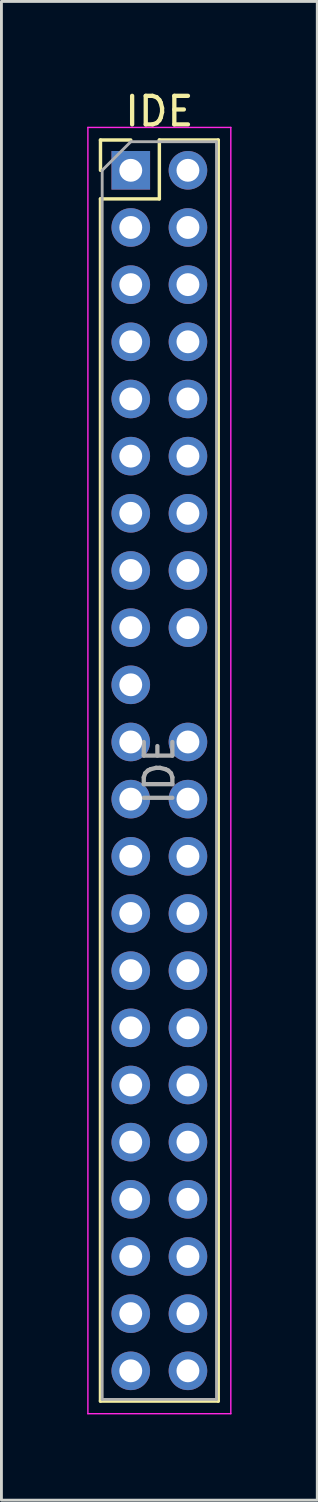
<source format=kicad_pcb>
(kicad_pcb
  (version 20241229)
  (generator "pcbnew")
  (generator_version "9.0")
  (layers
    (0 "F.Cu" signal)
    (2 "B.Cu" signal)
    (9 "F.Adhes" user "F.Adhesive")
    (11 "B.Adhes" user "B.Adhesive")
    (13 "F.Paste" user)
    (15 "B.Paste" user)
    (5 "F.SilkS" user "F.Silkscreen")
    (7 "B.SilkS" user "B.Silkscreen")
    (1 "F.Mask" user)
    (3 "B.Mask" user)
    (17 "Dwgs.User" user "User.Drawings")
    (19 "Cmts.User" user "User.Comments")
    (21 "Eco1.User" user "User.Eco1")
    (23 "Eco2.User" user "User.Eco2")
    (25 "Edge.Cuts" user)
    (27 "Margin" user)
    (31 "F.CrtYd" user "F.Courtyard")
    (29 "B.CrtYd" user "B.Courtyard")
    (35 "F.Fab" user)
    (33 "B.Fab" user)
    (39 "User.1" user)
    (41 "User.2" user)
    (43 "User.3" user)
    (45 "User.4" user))
  (footprint "IDE"
    (layer "F.Cu")
    (at 1.525 2.908)
    (property "Reference" "IDE" (at 1 -2.06 0) (layer "F.SilkS") (effects (font (size 1 1) (thickness 0.15))))
    (attr through_hole)
    (fp_line (start -1.06 -1.06) (end 0 -1.06) (stroke (width 0.12) (type solid)) (layer "F.SilkS"))
    (fp_line (start -1.06 0) (end -1.06 -1.06) (stroke (width 0.12) (type solid)) (layer "F.SilkS"))
    (fp_line (start -1.06 1) (end -1.06 43.06) (stroke (width 0.12) (type solid)) (layer "F.SilkS"))
    (fp_line (start -1.06 1) (end 1 1) (stroke (width 0.12) (type solid)) (layer "F.SilkS"))
    (fp_line (start -1.06 43.06) (end 3.06 43.06) (stroke (width 0.12) (type solid)) (layer "F.SilkS"))
    (fp_line (start 1 -1.06) (end 3.06 -1.06) (stroke (width 0.12) (type solid)) (layer "F.SilkS"))
    (fp_line (start 1 1) (end 1 -1.06) (stroke (width 0.12) (type solid)) (layer "F.SilkS"))
    (fp_line (start 3.06 -1.06) (end 3.06 43.06) (stroke (width 0.12) (type solid)) (layer "F.SilkS"))
    (fp_line (start -1.5 -1.5) (end -1.5 43.5) (stroke (width 0.05) (type solid)) (layer "F.CrtYd"))
    (fp_line (start -1.5 43.5) (end 3.5 43.5) (stroke (width 0.05) (type solid)) (layer "F.CrtYd"))
    (fp_line (start 3.5 -1.5) (end -1.5 -1.5) (stroke (width 0.05) (type solid)) (layer "F.CrtYd"))
    (fp_line (start 3.5 43.5) (end 3.5 -1.5) (stroke (width 0.05) (type solid)) (layer "F.CrtYd"))
    (fp_line (start -1 0) (end 0 -1) (stroke (width 0.1) (type solid)) (layer "F.Fab"))
    (fp_line (start -1 43) (end -1 0) (stroke (width 0.1) (type solid)) (layer "F.Fab"))
    (fp_line (start 0 -1) (end 3 -1) (stroke (width 0.1) (type solid)) (layer "F.Fab"))
    (fp_line (start 3 -1) (end 3 43) (stroke (width 0.1) (type solid)) (layer "F.Fab"))
    (fp_line (start 3 43) (end -1 43) (stroke (width 0.1) (type solid)) (layer "F.Fab"))
    (fp_text user "${REFERENCE}" (at 1 21 270) (layer "F.Fab") (effects (font (size 1 1) (thickness 0.15))))
    (pad "1" thru_hole rect (at 0 0) (size 1.35 1.35) (drill 0.8) (layers "*.Cu" "*.Mask"))
    (pad "2" thru_hole oval (at 2 0) (size 1.35 1.35) (drill 0.8) (layers "*.Cu" "*.Mask"))
    (pad "3" thru_hole oval (at 0 2) (size 1.35 1.35) (drill 0.8) (layers "*.Cu" "*.Mask"))
    (pad "4" thru_hole oval (at 2 2) (size 1.35 1.35) (drill 0.8) (layers "*.Cu" "*.Mask"))
    (pad "5" thru_hole oval (at 0 4) (size 1.35 1.35) (drill 0.8) (layers "*.Cu" "*.Mask"))
    (pad "6" thru_hole oval (at 2 4) (size 1.35 1.35) (drill 0.8) (layers "*.Cu" "*.Mask"))
    (pad "7" thru_hole oval (at 0 6) (size 1.35 1.35) (drill 0.8) (layers "*.Cu" "*.Mask"))
    (pad "8" thru_hole oval (at 2 6) (size 1.35 1.35) (drill 0.8) (layers "*.Cu" "*.Mask"))
    (pad "9" thru_hole oval (at 0 8) (size 1.35 1.35) (drill 0.8) (layers "*.Cu" "*.Mask"))
    (pad "10" thru_hole oval (at 2 8) (size 1.35 1.35) (drill 0.8) (layers "*.Cu" "*.Mask"))
    (pad "11" thru_hole oval (at 0 10) (size 1.35 1.35) (drill 0.8) (layers "*.Cu" "*.Mask"))
    (pad "12" thru_hole oval (at 2 10) (size 1.35 1.35) (drill 0.8) (layers "*.Cu" "*.Mask"))
    (pad "13" thru_hole oval (at 0 12) (size 1.35 1.35) (drill 0.8) (layers "*.Cu" "*.Mask"))
    (pad "14" thru_hole oval (at 2 12) (size 1.35 1.35) (drill 0.8) (layers "*.Cu" "*.Mask"))
    (pad "15" thru_hole oval (at 0 14) (size 1.35 1.35) (drill 0.8) (layers "*.Cu" "*.Mask"))
    (pad "16" thru_hole oval (at 2 14) (size 1.35 1.35) (drill 0.8) (layers "*.Cu" "*.Mask"))
    (pad "17" thru_hole oval (at 0 16) (size 1.35 1.35) (drill 0.8) (layers "*.Cu" "*.Mask"))
    (pad "18" thru_hole oval (at 2 16) (size 1.35 1.35) (drill 0.8) (layers "*.Cu" "*.Mask"))
    (pad "19" thru_hole oval (at 0 18) (size 1.35 1.35) (drill 0.8) (layers "*.Cu" "*.Mask"))
    (pad "21" thru_hole oval (at 0 20) (size 1.35 1.35) (drill 0.8) (layers "*.Cu" "*.Mask"))
    (pad "22" thru_hole oval (at 2 20) (size 1.35 1.35) (drill 0.8) (layers "*.Cu" "*.Mask"))
    (pad "23" thru_hole oval (at 0 22) (size 1.35 1.35) (drill 0.8) (layers "*.Cu" "*.Mask"))
    (pad "24" thru_hole oval (at 2 22) (size 1.35 1.35) (drill 0.8) (layers "*.Cu" "*.Mask"))
    (pad "25" thru_hole oval (at 0 24) (size 1.35 1.35) (drill 0.8) (layers "*.Cu" "*.Mask"))
    (pad "26" thru_hole oval (at 2 24) (size 1.35 1.35) (drill 0.8) (layers "*.Cu" "*.Mask"))
    (pad "27" thru_hole oval (at 0 26) (size 1.35 1.35) (drill 0.8) (layers "*.Cu" "*.Mask"))
    (pad "28" thru_hole oval (at 2 26) (size 1.35 1.35) (drill 0.8) (layers "*.Cu" "*.Mask"))
    (pad "29" thru_hole oval (at 0 28) (size 1.35 1.35) (drill 0.8) (layers "*.Cu" "*.Mask"))
    (pad "30" thru_hole oval (at 2 28) (size 1.35 1.35) (drill 0.8) (layers "*.Cu" "*.Mask"))
    (pad "31" thru_hole oval (at 0 30) (size 1.35 1.35) (drill 0.8) (layers "*.Cu" "*.Mask"))
    (pad "32" thru_hole oval (at 2 30) (size 1.35 1.35) (drill 0.8) (layers "*.Cu" "*.Mask"))
    (pad "33" thru_hole oval (at 0 32) (size 1.35 1.35) (drill 0.8) (layers "*.Cu" "*.Mask"))
    (pad "34" thru_hole oval (at 2 32) (size 1.35 1.35) (drill 0.8) (layers "*.Cu" "*.Mask"))
    (pad "35" thru_hole oval (at 0 34) (size 1.35 1.35) (drill 0.8) (layers "*.Cu" "*.Mask"))
    (pad "36" thru_hole oval (at 2 34) (size 1.35 1.35) (drill 0.8) (layers "*.Cu" "*.Mask"))
    (pad "37" thru_hole oval (at 0 36) (size 1.35 1.35) (drill 0.8) (layers "*.Cu" "*.Mask"))
    (pad "38" thru_hole oval (at 2 36) (size 1.35 1.35) (drill 0.8) (layers "*.Cu" "*.Mask"))
    (pad "39" thru_hole oval (at 0 38) (size 1.35 1.35) (drill 0.8) (layers "*.Cu" "*.Mask"))
    (pad "40" thru_hole oval (at 2 38) (size 1.35 1.35) (drill 0.8) (layers "*.Cu" "*.Mask"))
    (pad "41" thru_hole oval (at 0 40) (size 1.35 1.35) (drill 0.8) (layers "*.Cu" "*.Mask"))
    (pad "42" thru_hole oval (at 2 40) (size 1.35 1.35) (drill 0.8) (layers "*.Cu" "*.Mask"))
    (pad "43" thru_hole oval (at 0 42) (size 1.35 1.35) (drill 0.8) (layers "*.Cu" "*.Mask"))
    (pad "44" thru_hole oval (at 2 42) (size 1.35 1.35) (drill 0.8) (layers "*.Cu" "*.Mask")))
  (gr_rect
    (start -3 -3)
    (end 8.05 49.433)
    (stroke (width 0.1) (type default))
    (fill no)
    (layer "Edge.Cuts")))
</source>
